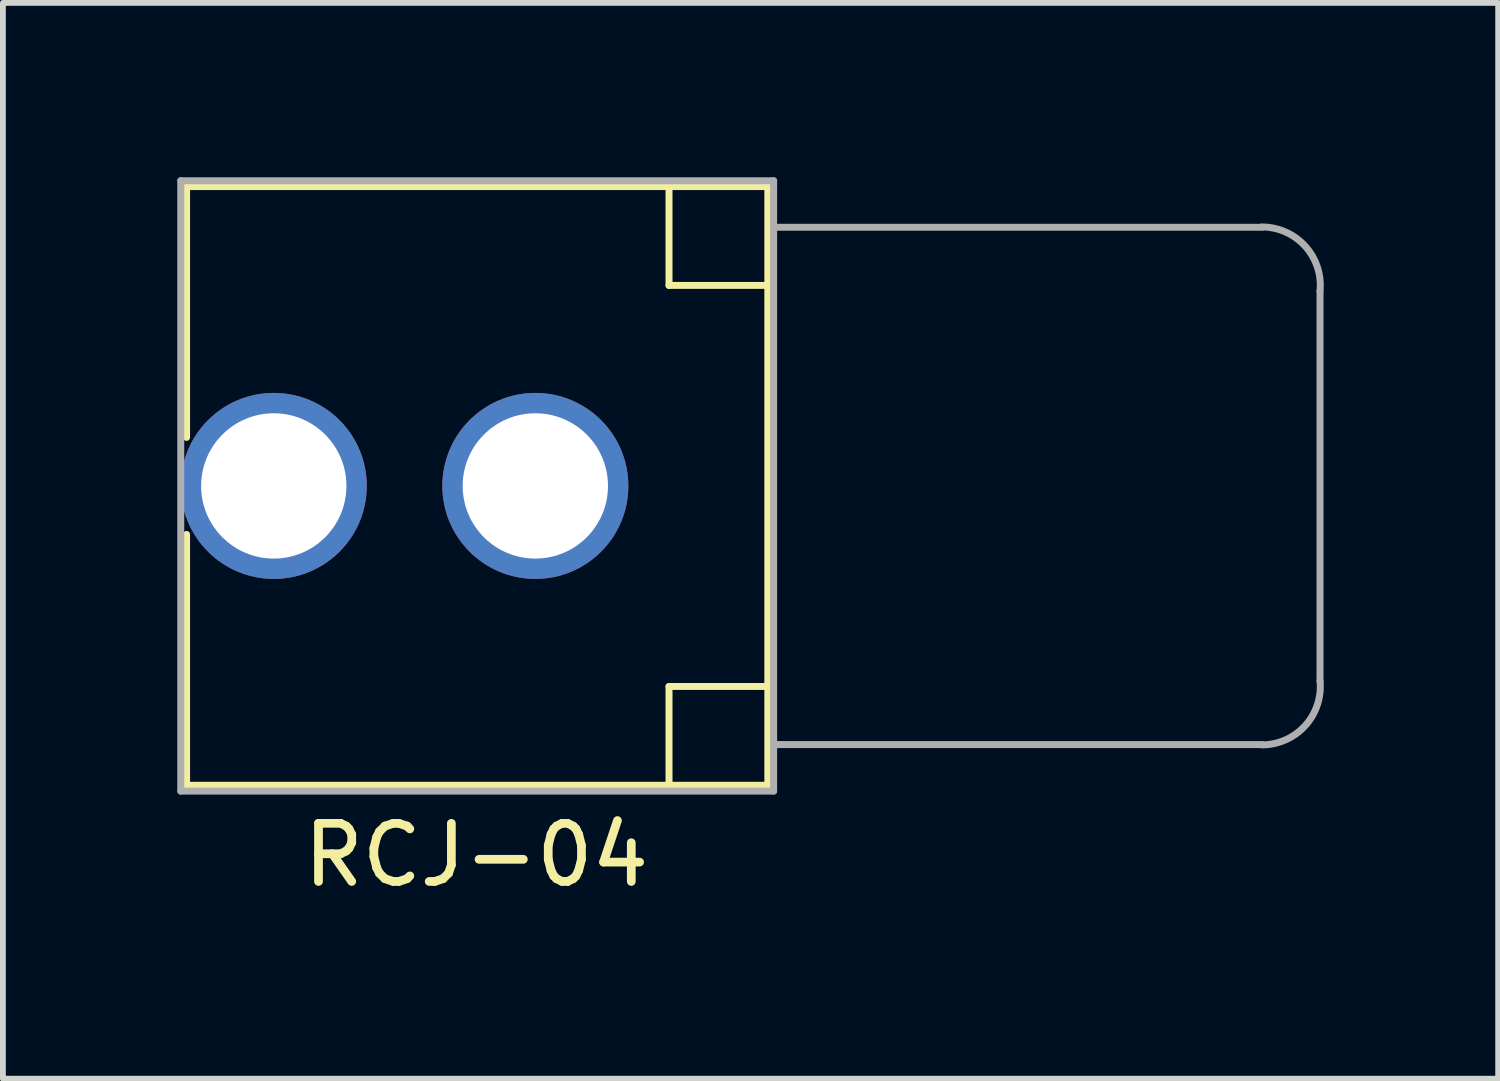
<source format=kicad_pcb>
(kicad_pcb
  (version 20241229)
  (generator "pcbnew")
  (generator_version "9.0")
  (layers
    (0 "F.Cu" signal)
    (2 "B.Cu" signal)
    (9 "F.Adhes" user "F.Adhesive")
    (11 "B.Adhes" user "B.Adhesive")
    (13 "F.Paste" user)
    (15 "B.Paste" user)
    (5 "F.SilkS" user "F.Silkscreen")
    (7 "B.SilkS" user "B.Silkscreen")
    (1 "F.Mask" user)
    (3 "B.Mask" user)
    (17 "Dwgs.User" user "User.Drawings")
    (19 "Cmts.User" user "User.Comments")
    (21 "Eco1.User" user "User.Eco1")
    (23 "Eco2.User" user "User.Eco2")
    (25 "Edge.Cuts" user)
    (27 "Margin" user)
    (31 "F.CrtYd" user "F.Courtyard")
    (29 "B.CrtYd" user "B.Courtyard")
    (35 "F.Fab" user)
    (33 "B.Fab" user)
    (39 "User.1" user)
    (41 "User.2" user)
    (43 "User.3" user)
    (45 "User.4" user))
  (footprint "RCJ-04"
    (layer "F.Cu")
    (at 6.16 5.31)
    (property "Reference" "RCJ-04" (at -1.016 6.35 0) (layer "F.SilkS") (effects (font (size 1 1) (thickness 0.15))))
    (attr through_hole)
    (fp_line (start -6 -5.15) (end 4 -5.15) (stroke (width 0.12) (type solid)) (layer "F.SilkS"))
    (fp_line (start -6 -0.835) (end -6 -5.15) (stroke (width 0.12) (type solid)) (layer "F.SilkS"))
    (fp_line (start -6 5.15) (end -6 0.835) (stroke (width 0.12) (type solid)) (layer "F.SilkS"))
    (fp_line (start 2.3 -5.15) (end 2.3 -3.45) (stroke (width 0.12) (type solid)) (layer "F.SilkS"))
    (fp_line (start 2.3 -3.45) (end 4 -3.45) (stroke (width 0.12) (type solid)) (layer "F.SilkS"))
    (fp_line (start 2.3 3.45) (end 4 3.45) (stroke (width 0.12) (type solid)) (layer "F.SilkS"))
    (fp_line (start 2.3 5.15) (end 2.3 3.45) (stroke (width 0.12) (type solid)) (layer "F.SilkS"))
    (fp_line (start 4 5.15) (end -6 5.15) (stroke (width 0.12) (type solid)) (layer "F.SilkS"))
    (fp_line (start 4 5.15) (end 4 -5.15) (stroke (width 0.12) (type solid)) (layer "F.SilkS"))
    (fp_line (start -6.1 -5.25) (end -6.1 5.25) (stroke (width 0.12) (type solid)) (layer "F.Fab"))
    (fp_line (start -6.1 -5.25) (end 4.1 -5.25) (stroke (width 0.12) (type solid)) (layer "F.Fab"))
    (fp_line (start 4.1 -5.25) (end 4.1 5.25) (stroke (width 0.12) (type solid)) (layer "F.Fab"))
    (fp_line (start 4.1 5.25) (end -6.1 5.25) (stroke (width 0.12) (type solid)) (layer "F.Fab"))
    (fp_line (start 12.5 -4.45) (end 4.1 -4.45) (stroke (width 0.12) (type solid)) (layer "F.Fab"))
    (fp_line (start 12.5 4.45) (end 4.1 4.45) (stroke (width 0.12) (type solid)) (layer "F.Fab"))
    (fp_line (start 13.5 3.35) (end 13.5 -3.35) (stroke (width 0.12) (type solid)) (layer "F.Fab"))
    (fp_arc (start 12.499999 -4.454986) (mid 13.245149 -4.124352) (end 13.499999 -3.350001) (stroke (width 0.12) (type solid)) (layer "F.Fab"))
    (fp_arc (start 13.499999 3.350001) (mid 13.245212 4.124283) (end 12.500185 4.454986) (stroke (width 0.12) (type solid)) (layer "F.Fab"))
    (pad "1" thru_hole oval (at 0 0) (size 3.2 3.2) (drill oval 2.5) (layers "*.Cu" "*.Mask"))
    (pad "2" thru_hole oval (at -4.5 0 90) (size 3.2 3.2) (drill oval 2.5) (layers "*.Cu" "*.Mask")))
  (gr_rect
    (start -3 -3)
    (end 22.725 15.508)
    (stroke (width 0.1) (type default))
    (fill no)
    (layer "Edge.Cuts")))
</source>
